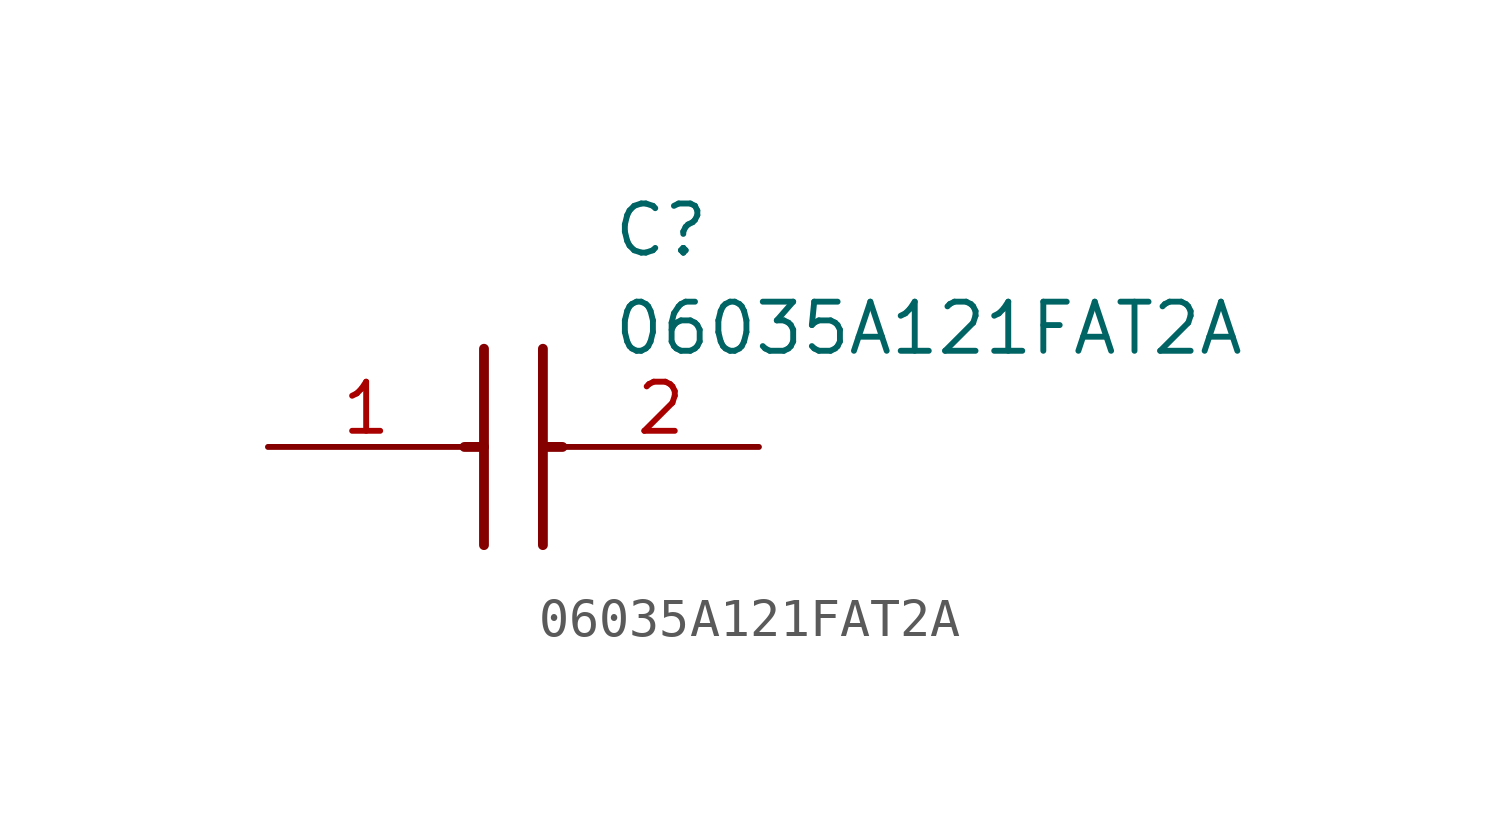
<source format=kicad_sym>
(kicad_symbol_lib
  (version 20211014)
  (generator SamacSys_ECAD_Model)
  (symbol "06035A121FAT2A"
    (pin_names hide)
    (property "Reference" "C"
      (at 8.89 6.35 0)
      (effects (font (size 1.27 1.27)) (justify left top)))
    (property "Value" "06035A121FAT2A"
      (at 8.89 3.81 0)
      (effects (font (size 1.27 1.27)) (justify left top)))
    (polyline
      (pts (xy 5.588 2.54) (xy 5.588 -2.54))
      (stroke (width 0.254) (type default))
      (fill (type none)))
    (polyline
      (pts (xy 7.112 2.54) (xy 7.112 -2.54))
      (stroke (width 0.254) (type default))
      (fill (type none)))
    (polyline
      (pts (xy 5.08 0) (xy 5.588 0))
      (stroke (width 0.254) (type default))
      (fill (type none)))
    (polyline
      (pts (xy 7.112 0) (xy 7.62 0))
      (stroke (width 0.254) (type default))
      (fill (type none)))
    (pin passive line
      (at 0 0 0)
      (length 5.08)
      (name "1" (effects (font (size 1.27 1.27))))
      (number "1" (effects (font (size 1.27 1.27)))))
    (pin passive line
      (at 12.7 0 180)
      (length 5.08)
      (name "2" (effects (font (size 1.27 1.27))))
      (number "2" (effects (font (size 1.27 1.27)))))))
</source>
